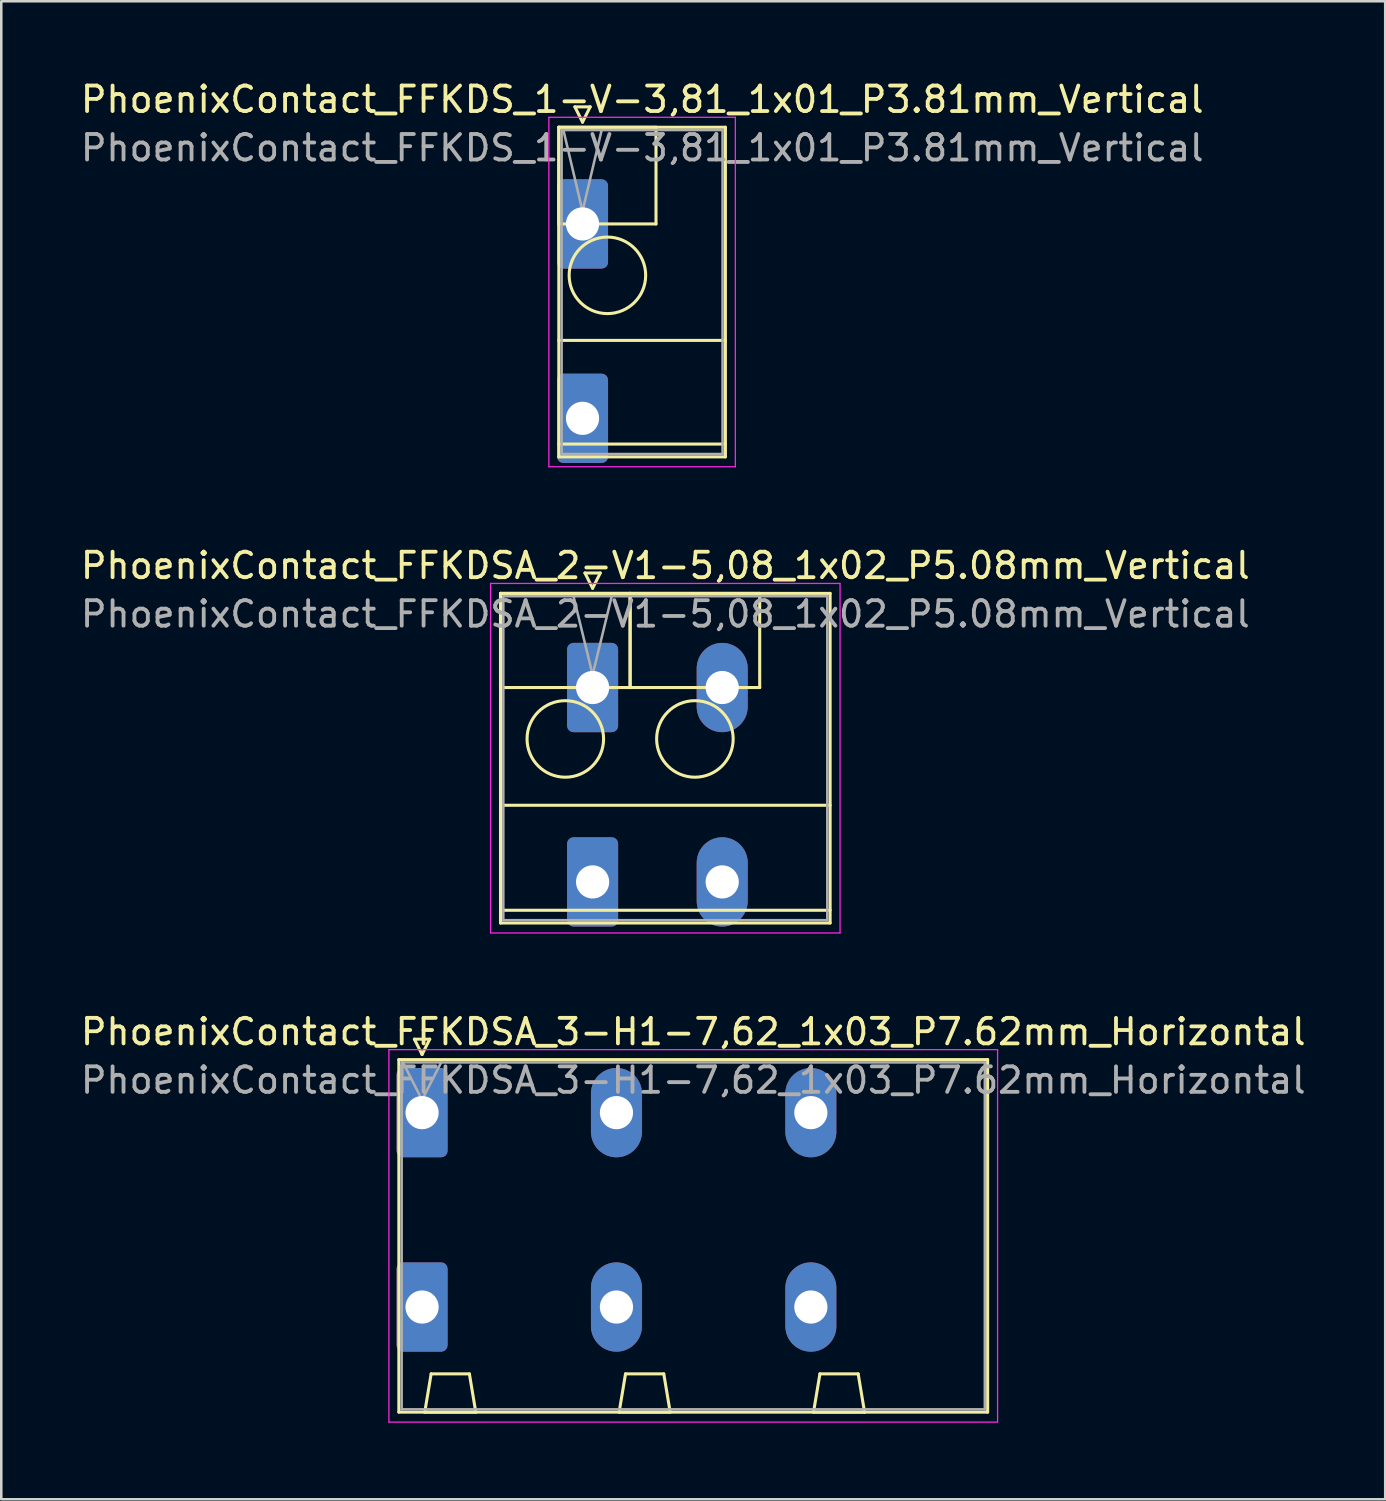
<source format=kicad_pcb>
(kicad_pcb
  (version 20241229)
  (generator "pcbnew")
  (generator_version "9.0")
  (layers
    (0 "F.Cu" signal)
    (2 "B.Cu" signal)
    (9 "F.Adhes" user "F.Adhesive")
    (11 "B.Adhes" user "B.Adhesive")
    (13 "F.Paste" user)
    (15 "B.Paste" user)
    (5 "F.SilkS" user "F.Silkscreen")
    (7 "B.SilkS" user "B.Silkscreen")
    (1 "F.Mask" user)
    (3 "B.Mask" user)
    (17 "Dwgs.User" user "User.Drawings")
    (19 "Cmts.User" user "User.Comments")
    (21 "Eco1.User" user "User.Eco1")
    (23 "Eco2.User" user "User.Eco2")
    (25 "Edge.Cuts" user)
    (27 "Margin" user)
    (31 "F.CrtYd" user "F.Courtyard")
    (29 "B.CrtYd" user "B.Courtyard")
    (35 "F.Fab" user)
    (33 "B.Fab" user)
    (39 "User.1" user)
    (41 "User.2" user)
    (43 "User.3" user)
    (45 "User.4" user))
  (footprint "PhoenixContact_FFKDSA_3-H1-7,62_1x03_P7.62mm_Horizontal"
    (layer "F.Cu")
    (at 13.495 40.565)
    (property "Reference" "PhoenixContact_FFKDSA_3-H1-7,62_1x03_P7.62mm_Horizontal" (at 10.63 -3.17 0) (layer "F.SilkS") (effects (font (size 1 1) (thickness 0.15))))
    (attr through_hole)
    (fp_line (start -0.91 -2.08) (end -0.91 11.74) (stroke (width 0.12) (type solid)) (layer "F.SilkS"))
    (fp_line (start -0.91 11.74) (end 22.17 11.74) (stroke (width 0.12) (type solid)) (layer "F.SilkS"))
    (fp_line (start -0.3 -2.88) (end 0.3 -2.88) (stroke (width 0.12) (type solid)) (layer "F.SilkS"))
    (fp_line (start 0 -2.28) (end -0.3 -2.88) (stroke (width 0.12) (type solid)) (layer "F.SilkS"))
    (fp_line (start 0.105 11.74) (end 2.105 11.74) (stroke (width 0.12) (type solid)) (layer "F.SilkS"))
    (fp_line (start 0.3 -2.88) (end 0 -2.28) (stroke (width 0.12) (type solid)) (layer "F.SilkS"))
    (fp_line (start 0.355 10.24) (end 0.105 11.74) (stroke (width 0.12) (type solid)) (layer "F.SilkS"))
    (fp_line (start 1.855 10.24) (end 0.355 10.24) (stroke (width 0.12) (type solid)) (layer "F.SilkS"))
    (fp_line (start 2.105 11.74) (end 1.855 10.24) (stroke (width 0.12) (type solid)) (layer "F.SilkS"))
    (fp_line (start 7.725 11.74) (end 9.725 11.74) (stroke (width 0.12) (type solid)) (layer "F.SilkS"))
    (fp_line (start 7.975 10.24) (end 7.725 11.74) (stroke (width 0.12) (type solid)) (layer "F.SilkS"))
    (fp_line (start 9.475 10.24) (end 7.975 10.24) (stroke (width 0.12) (type solid)) (layer "F.SilkS"))
    (fp_line (start 9.725 11.74) (end 9.475 10.24) (stroke (width 0.12) (type solid)) (layer "F.SilkS"))
    (fp_line (start 15.345 11.74) (end 17.345 11.74) (stroke (width 0.12) (type solid)) (layer "F.SilkS"))
    (fp_line (start 15.595 10.24) (end 15.345 11.74) (stroke (width 0.12) (type solid)) (layer "F.SilkS"))
    (fp_line (start 17.095 10.24) (end 15.595 10.24) (stroke (width 0.12) (type solid)) (layer "F.SilkS"))
    (fp_line (start 17.345 11.74) (end 17.095 10.24) (stroke (width 0.12) (type solid)) (layer "F.SilkS"))
    (fp_line (start 22.17 -2.08) (end -0.91 -2.08) (stroke (width 0.12) (type solid)) (layer "F.SilkS"))
    (fp_line (start 22.17 11.74) (end 22.17 -2.08) (stroke (width 0.12) (type solid)) (layer "F.SilkS"))
    (fp_line (start -1.3 -2.47) (end -1.3 12.13) (stroke (width 0.05) (type solid)) (layer "F.CrtYd"))
    (fp_line (start -1.3 12.13) (end 22.56 12.13) (stroke (width 0.05) (type solid)) (layer "F.CrtYd"))
    (fp_line (start 22.56 -2.47) (end -1.3 -2.47) (stroke (width 0.05) (type solid)) (layer "F.CrtYd"))
    (fp_line (start 22.56 12.13) (end 22.56 -2.47) (stroke (width 0.05) (type solid)) (layer "F.CrtYd"))
    (fp_line (start -0.8 -1.97) (end -0.8 11.63) (stroke (width 0.1) (type solid)) (layer "F.Fab"))
    (fp_line (start -0.8 11.63) (end 22.06 11.63) (stroke (width 0.1) (type solid)) (layer "F.Fab"))
    (fp_line (start 0 -0.5) (end -0.75 -1.97) (stroke (width 0.1) (type solid)) (layer "F.Fab"))
    (fp_line (start 0.75 -1.97) (end 0 -0.5) (stroke (width 0.1) (type solid)) (layer "F.Fab"))
    (fp_line (start 22.06 -1.97) (end -0.8 -1.97) (stroke (width 0.1) (type solid)) (layer "F.Fab"))
    (fp_line (start 22.06 11.63) (end 22.06 -1.97) (stroke (width 0.1) (type solid)) (layer "F.Fab"))
    (fp_text user "${REFERENCE}" (at 10.63 -1.27 0) (layer "F.Fab") (effects (font (size 1 1) (thickness 0.15))))
    (pad "1" thru_hole roundrect (at 0 0) (size 2 3.5) (drill 1.3) (layers "*.Cu" "*.Mask") (roundrect_rratio 0.125))
    (pad "1" thru_hole roundrect (at 0 7.62) (size 2 3.5) (drill 1.3) (layers "*.Cu" "*.Mask") (roundrect_rratio 0.125))
    (pad "2" thru_hole oval (at 7.62 0) (size 2 3.5) (drill 1.3) (layers "*.Cu" "*.Mask"))
    (pad "2" thru_hole oval (at 7.62 7.62) (size 2 3.5) (drill 1.3) (layers "*.Cu" "*.Mask"))
    (pad "3" thru_hole oval (at 15.24 0) (size 2 3.5) (drill 1.3) (layers "*.Cu" "*.Mask"))
    (pad "3" thru_hole oval (at 15.24 7.62) (size 2 3.5) (drill 1.3) (layers "*.Cu" "*.Mask")))
  (footprint "PhoenixContact_FFKDS_1-V-3,81_1x01_P3.81mm_Vertical"
    (layer "F.Cu")
    (at 19.785 5.728)
    (property "Reference" "PhoenixContact_FFKDS_1-V-3,81_1x01_P3.81mm_Vertical" (at 2.34 -4.88 0) (layer "F.SilkS") (effects (font (size 1 1) (thickness 0.15))))
    (attr through_hole)
    (fp_line (start -0.93 -3.79) (end -0.93 0) (stroke (width 0.12) (type solid)) (layer "F.SilkS"))
    (fp_line (start -0.93 -3.79) (end -0.93 9.13) (stroke (width 0.12) (type solid)) (layer "F.SilkS"))
    (fp_line (start -0.93 0) (end 2.88 0) (stroke (width 0.12) (type solid)) (layer "F.SilkS"))
    (fp_line (start -0.93 4.565) (end 5.6 4.565) (stroke (width 0.12) (type solid)) (layer "F.SilkS"))
    (fp_line (start -0.93 8.63) (end 5.6 8.63) (stroke (width 0.12) (type solid)) (layer "F.SilkS"))
    (fp_line (start -0.93 9.13) (end 5.6 9.13) (stroke (width 0.12) (type solid)) (layer "F.SilkS"))
    (fp_line (start -0.3 -4.59) (end 0.3 -4.59) (stroke (width 0.12) (type solid)) (layer "F.SilkS"))
    (fp_line (start 0 -3.99) (end -0.3 -4.59) (stroke (width 0.12) (type solid)) (layer "F.SilkS"))
    (fp_line (start 0.3 -4.59) (end 0 -3.99) (stroke (width 0.12) (type solid)) (layer "F.SilkS"))
    (fp_line (start 2.88 -3.79) (end -0.93 -3.79) (stroke (width 0.12) (type solid)) (layer "F.SilkS"))
    (fp_line (start 2.88 0) (end 2.88 -3.79) (stroke (width 0.12) (type solid)) (layer "F.SilkS"))
    (fp_line (start 5.6 -3.79) (end -0.93 -3.79) (stroke (width 0.12) (type solid)) (layer "F.SilkS"))
    (fp_line (start 5.6 9.13) (end 5.6 -3.79) (stroke (width 0.12) (type solid)) (layer "F.SilkS"))
    (fp_circle (center 0.975 2.015) (end 2.475 2.015) (stroke (width 0.12) (type solid)) (fill no) (layer "F.SilkS"))
    (fp_line (start -1.32 -4.18) (end -1.32 9.52) (stroke (width 0.05) (type solid)) (layer "F.CrtYd"))
    (fp_line (start -1.32 9.52) (end 5.99 9.52) (stroke (width 0.05) (type solid)) (layer "F.CrtYd"))
    (fp_line (start 5.99 -4.18) (end -1.32 -4.18) (stroke (width 0.05) (type solid)) (layer "F.CrtYd"))
    (fp_line (start 5.99 9.52) (end 5.99 -4.18) (stroke (width 0.05) (type solid)) (layer "F.CrtYd"))
    (fp_line (start -0.82 -3.68) (end -0.82 9.02) (stroke (width 0.1) (type solid)) (layer "F.Fab"))
    (fp_line (start -0.82 9.02) (end 5.49 9.02) (stroke (width 0.1) (type solid)) (layer "F.Fab"))
    (fp_line (start 0 -0.5) (end -0.75 -3.68) (stroke (width 0.1) (type solid)) (layer "F.Fab"))
    (fp_line (start 0.75 -3.68) (end 0 -0.5) (stroke (width 0.1) (type solid)) (layer "F.Fab"))
    (fp_line (start 5.49 -3.68) (end -0.82 -3.68) (stroke (width 0.1) (type solid)) (layer "F.Fab"))
    (fp_line (start 5.49 9.02) (end 5.49 -3.68) (stroke (width 0.1) (type solid)) (layer "F.Fab"))
    (fp_text user "${REFERENCE}" (at 2.34 -2.98 0) (layer "F.Fab") (effects (font (size 1 1) (thickness 0.15))))
    (pad "1" thru_hole roundrect (at 0 0) (size 2 3.5) (drill 1.3) (layers "*.Cu" "*.Mask") (roundrect_rratio 0.125))
    (pad "1" thru_hole roundrect (at 0 7.62) (size 2 3.5) (drill 1.3) (layers "*.Cu" "*.Mask") (roundrect_rratio 0.125)))
  (footprint "PhoenixContact_FFKDSA_2-V1-5,08_1x02_P5.08mm_Vertical"
    (layer "F.Cu")
    (at 20.18 23.901)
    (property "Reference" "PhoenixContact_FFKDSA_2-V1-5,08_1x02_P5.08mm_Vertical" (at 2.85 -4.78 0) (layer "F.SilkS") (effects (font (size 1 1) (thickness 0.15))))
    (attr through_hole)
    (fp_line (start -3.61 -3.69) (end -3.61 0) (stroke (width 0.12) (type solid)) (layer "F.SilkS"))
    (fp_line (start -3.61 -3.69) (end -3.61 9.23) (stroke (width 0.12) (type solid)) (layer "F.SilkS"))
    (fp_line (start -3.61 0) (end 1.47 0) (stroke (width 0.12) (type solid)) (layer "F.SilkS"))
    (fp_line (start -3.61 4.615) (end 9.31 4.615) (stroke (width 0.12) (type solid)) (layer "F.SilkS"))
    (fp_line (start -3.61 8.73) (end 9.31 8.73) (stroke (width 0.12) (type solid)) (layer "F.SilkS"))
    (fp_line (start -3.61 9.23) (end 9.31 9.23) (stroke (width 0.12) (type solid)) (layer "F.SilkS"))
    (fp_line (start -0.3 -4.49) (end 0.3 -4.49) (stroke (width 0.12) (type solid)) (layer "F.SilkS"))
    (fp_line (start 0 -3.89) (end -0.3 -4.49) (stroke (width 0.12) (type solid)) (layer "F.SilkS"))
    (fp_line (start 0.3 -4.49) (end 0 -3.89) (stroke (width 0.12) (type solid)) (layer "F.SilkS"))
    (fp_line (start 1.47 -3.69) (end -3.61 -3.69) (stroke (width 0.12) (type solid)) (layer "F.SilkS"))
    (fp_line (start 1.47 -3.69) (end 1.47 0) (stroke (width 0.12) (type solid)) (layer "F.SilkS"))
    (fp_line (start 1.47 0) (end 1.47 -3.69) (stroke (width 0.12) (type solid)) (layer "F.SilkS"))
    (fp_line (start 1.47 0) (end 6.55 0) (stroke (width 0.12) (type solid)) (layer "F.SilkS"))
    (fp_line (start 6.55 -3.69) (end 1.47 -3.69) (stroke (width 0.12) (type solid)) (layer "F.SilkS"))
    (fp_line (start 6.55 0) (end 6.55 -3.69) (stroke (width 0.12) (type solid)) (layer "F.SilkS"))
    (fp_line (start 9.31 -3.69) (end -3.61 -3.69) (stroke (width 0.12) (type solid)) (layer "F.SilkS"))
    (fp_line (start 9.31 9.23) (end 9.31 -3.69) (stroke (width 0.12) (type solid)) (layer "F.SilkS"))
    (fp_circle (center -1.07 2.015) (end 0.43 2.015) (stroke (width 0.12) (type solid)) (fill no) (layer "F.SilkS"))
    (fp_circle (center 4.01 2.015) (end 5.51 2.015) (stroke (width 0.12) (type solid)) (fill no) (layer "F.SilkS"))
    (fp_line (start -4 -4.08) (end -4 9.62) (stroke (width 0.05) (type solid)) (layer "F.CrtYd"))
    (fp_line (start -4 9.62) (end 9.7 9.62) (stroke (width 0.05) (type solid)) (layer "F.CrtYd"))
    (fp_line (start 9.7 -4.08) (end -4 -4.08) (stroke (width 0.05) (type solid)) (layer "F.CrtYd"))
    (fp_line (start 9.7 9.62) (end 9.7 -4.08) (stroke (width 0.05) (type solid)) (layer "F.CrtYd"))
    (fp_line (start -3.5 -3.58) (end -3.5 9.12) (stroke (width 0.1) (type solid)) (layer "F.Fab"))
    (fp_line (start -3.5 9.12) (end 9.2 9.12) (stroke (width 0.1) (type solid)) (layer "F.Fab"))
    (fp_line (start 0 -0.5) (end -0.75 -3.58) (stroke (width 0.1) (type solid)) (layer "F.Fab"))
    (fp_line (start 0.75 -3.58) (end 0 -0.5) (stroke (width 0.1) (type solid)) (layer "F.Fab"))
    (fp_line (start 9.2 -3.58) (end -3.5 -3.58) (stroke (width 0.1) (type solid)) (layer "F.Fab"))
    (fp_line (start 9.2 9.12) (end 9.2 -3.58) (stroke (width 0.1) (type solid)) (layer "F.Fab"))
    (fp_text user "${REFERENCE}" (at 2.85 -2.88 0) (layer "F.Fab") (effects (font (size 1 1) (thickness 0.15))))
    (pad "1" thru_hole roundrect (at 0 0) (size 2 3.5) (drill 1.3) (layers "*.Cu" "*.Mask") (roundrect_rratio 0.125))
    (pad "1" thru_hole roundrect (at 0 7.62) (size 2 3.5) (drill 1.3) (layers "*.Cu" "*.Mask") (roundrect_rratio 0.125))
    (pad "2" thru_hole oval (at 5.08 0) (size 2 3.5) (drill 1.3) (layers "*.Cu" "*.Mask"))
    (pad "2" thru_hole oval (at 5.08 7.62) (size 2 3.5) (drill 1.3) (layers "*.Cu" "*.Mask")))
  (gr_rect
    (start -3 -3)
    (end 51.25 55.72)
    (stroke (width 0.1) (type default))
    (fill no)
    (layer "Edge.Cuts")))
</source>
